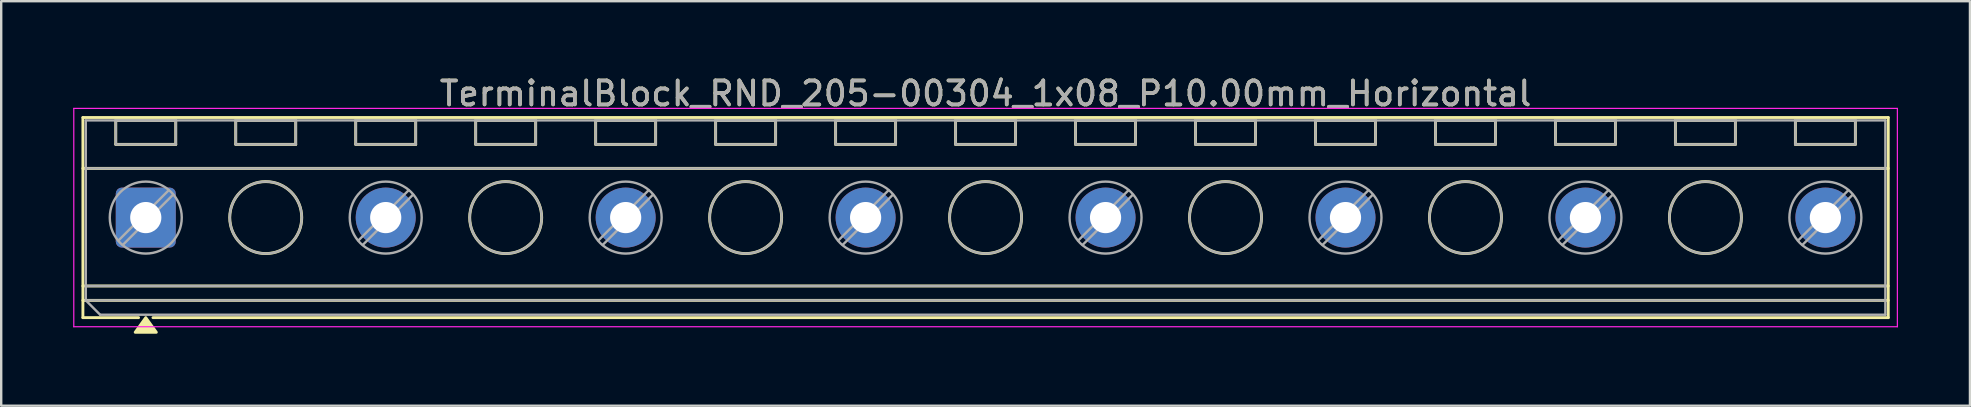
<source format=kicad_pcb>
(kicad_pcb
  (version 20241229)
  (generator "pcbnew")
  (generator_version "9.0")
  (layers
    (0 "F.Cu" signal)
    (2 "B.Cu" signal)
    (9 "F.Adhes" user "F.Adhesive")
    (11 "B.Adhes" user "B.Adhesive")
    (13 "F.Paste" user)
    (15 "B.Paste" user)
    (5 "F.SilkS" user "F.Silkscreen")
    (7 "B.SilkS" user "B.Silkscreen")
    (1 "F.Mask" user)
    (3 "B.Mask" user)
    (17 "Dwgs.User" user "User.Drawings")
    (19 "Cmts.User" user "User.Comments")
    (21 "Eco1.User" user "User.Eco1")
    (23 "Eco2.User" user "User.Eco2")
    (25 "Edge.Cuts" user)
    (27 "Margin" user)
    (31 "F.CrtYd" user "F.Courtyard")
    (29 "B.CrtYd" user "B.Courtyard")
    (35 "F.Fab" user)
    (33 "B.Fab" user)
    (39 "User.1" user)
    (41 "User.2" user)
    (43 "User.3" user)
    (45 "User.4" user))
  (footprint "TerminalBlock_RND_205-00304_1x08_P10.00mm_Horizontal"
    (layer "F.Cu")
    (at 3.025 6.018)
    (property "Reference" "TerminalBlock_RND_205-00304_1x08_P10.00mm_Horizontal" (at 35 -5.17 0) (layer "F.SilkS") (effects (font (size 1 1) (thickness 0.15))))
    (attr through_hole)
    (fp_line (start -2.62 -4.17) (end -2.62 4.17) (stroke (width 0.12) (type solid)) (layer "F.SilkS"))
    (fp_line (start -2.62 -4.17) (end 72.62 -4.17) (stroke (width 0.12) (type solid)) (layer "F.SilkS"))
    (fp_line (start -2.62 -2.05) (end 72.62 -2.05) (stroke (width 0.12) (type solid)) (layer "F.SilkS"))
    (fp_line (start -2.62 2.85) (end 72.62 2.85) (stroke (width 0.12) (type solid)) (layer "F.SilkS"))
    (fp_line (start -2.62 3.45) (end 72.62 3.45) (stroke (width 0.12) (type solid)) (layer "F.SilkS"))
    (fp_line (start -2.62 4.17) (end -0.3 4.17) (stroke (width 0.12) (type solid)) (layer "F.SilkS"))
    (fp_line (start -1.25 -4.05) (end -1.25 -3.05) (stroke (width 0.12) (type solid)) (layer "F.SilkS"))
    (fp_line (start -1.25 -4.05) (end 1.25 -4.05) (stroke (width 0.12) (type solid)) (layer "F.SilkS"))
    (fp_line (start -1.25 -3.05) (end 1.25 -3.05) (stroke (width 0.12) (type solid)) (layer "F.SilkS"))
    (fp_line (start 0.3 4.17) (end 72.62 4.17) (stroke (width 0.12) (type solid)) (layer "F.SilkS"))
    (fp_line (start 1.25 -4.05) (end 1.25 -3.05) (stroke (width 0.12) (type solid)) (layer "F.SilkS"))
    (fp_line (start 3.75 -4.05) (end 3.75 -3.05) (stroke (width 0.12) (type solid)) (layer "F.SilkS"))
    (fp_line (start 3.75 -4.05) (end 6.25 -4.05) (stroke (width 0.12) (type solid)) (layer "F.SilkS"))
    (fp_line (start 3.75 -3.05) (end 6.25 -3.05) (stroke (width 0.12) (type solid)) (layer "F.SilkS"))
    (fp_line (start 6.25 -4.05) (end 6.25 -3.05) (stroke (width 0.12) (type solid)) (layer "F.SilkS"))
    (fp_line (start 8.75 -4.05) (end 8.75 -3.05) (stroke (width 0.12) (type solid)) (layer "F.SilkS"))
    (fp_line (start 8.75 -4.05) (end 11.25 -4.05) (stroke (width 0.12) (type solid)) (layer "F.SilkS"))
    (fp_line (start 8.75 -3.05) (end 11.25 -3.05) (stroke (width 0.12) (type solid)) (layer "F.SilkS"))
    (fp_line (start 11.25 -4.05) (end 11.25 -3.05) (stroke (width 0.12) (type solid)) (layer "F.SilkS"))
    (fp_line (start 13.75 -4.05) (end 13.75 -3.05) (stroke (width 0.12) (type solid)) (layer "F.SilkS"))
    (fp_line (start 13.75 -4.05) (end 16.25 -4.05) (stroke (width 0.12) (type solid)) (layer "F.SilkS"))
    (fp_line (start 13.75 -3.05) (end 16.25 -3.05) (stroke (width 0.12) (type solid)) (layer "F.SilkS"))
    (fp_line (start 16.25 -4.05) (end 16.25 -3.05) (stroke (width 0.12) (type solid)) (layer "F.SilkS"))
    (fp_line (start 18.75 -4.05) (end 18.75 -3.05) (stroke (width 0.12) (type solid)) (layer "F.SilkS"))
    (fp_line (start 18.75 -4.05) (end 21.25 -4.05) (stroke (width 0.12) (type solid)) (layer "F.SilkS"))
    (fp_line (start 18.75 -3.05) (end 21.25 -3.05) (stroke (width 0.12) (type solid)) (layer "F.SilkS"))
    (fp_line (start 21.25 -4.05) (end 21.25 -3.05) (stroke (width 0.12) (type solid)) (layer "F.SilkS"))
    (fp_line (start 23.75 -4.05) (end 23.75 -3.05) (stroke (width 0.12) (type solid)) (layer "F.SilkS"))
    (fp_line (start 23.75 -4.05) (end 26.25 -4.05) (stroke (width 0.12) (type solid)) (layer "F.SilkS"))
    (fp_line (start 23.75 -3.05) (end 26.25 -3.05) (stroke (width 0.12) (type solid)) (layer "F.SilkS"))
    (fp_line (start 26.25 -4.05) (end 26.25 -3.05) (stroke (width 0.12) (type solid)) (layer "F.SilkS"))
    (fp_line (start 28.75 -4.05) (end 28.75 -3.05) (stroke (width 0.12) (type solid)) (layer "F.SilkS"))
    (fp_line (start 28.75 -4.05) (end 31.25 -4.05) (stroke (width 0.12) (type solid)) (layer "F.SilkS"))
    (fp_line (start 28.75 -3.05) (end 31.25 -3.05) (stroke (width 0.12) (type solid)) (layer "F.SilkS"))
    (fp_line (start 31.25 -4.05) (end 31.25 -3.05) (stroke (width 0.12) (type solid)) (layer "F.SilkS"))
    (fp_line (start 33.75 -4.05) (end 33.75 -3.05) (stroke (width 0.12) (type solid)) (layer "F.SilkS"))
    (fp_line (start 33.75 -4.05) (end 36.25 -4.05) (stroke (width 0.12) (type solid)) (layer "F.SilkS"))
    (fp_line (start 33.75 -3.05) (end 36.25 -3.05) (stroke (width 0.12) (type solid)) (layer "F.SilkS"))
    (fp_line (start 36.25 -4.05) (end 36.25 -3.05) (stroke (width 0.12) (type solid)) (layer "F.SilkS"))
    (fp_line (start 38.75 -4.05) (end 38.75 -3.05) (stroke (width 0.12) (type solid)) (layer "F.SilkS"))
    (fp_line (start 38.75 -4.05) (end 41.25 -4.05) (stroke (width 0.12) (type solid)) (layer "F.SilkS"))
    (fp_line (start 38.75 -3.05) (end 41.25 -3.05) (stroke (width 0.12) (type solid)) (layer "F.SilkS"))
    (fp_line (start 41.25 -4.05) (end 41.25 -3.05) (stroke (width 0.12) (type solid)) (layer "F.SilkS"))
    (fp_line (start 43.75 -4.05) (end 43.75 -3.05) (stroke (width 0.12) (type solid)) (layer "F.SilkS"))
    (fp_line (start 43.75 -4.05) (end 46.25 -4.05) (stroke (width 0.12) (type solid)) (layer "F.SilkS"))
    (fp_line (start 43.75 -3.05) (end 46.25 -3.05) (stroke (width 0.12) (type solid)) (layer "F.SilkS"))
    (fp_line (start 46.25 -4.05) (end 46.25 -3.05) (stroke (width 0.12) (type solid)) (layer "F.SilkS"))
    (fp_line (start 48.75 -4.05) (end 48.75 -3.05) (stroke (width 0.12) (type solid)) (layer "F.SilkS"))
    (fp_line (start 48.75 -4.05) (end 51.25 -4.05) (stroke (width 0.12) (type solid)) (layer "F.SilkS"))
    (fp_line (start 48.75 -3.05) (end 51.25 -3.05) (stroke (width 0.12) (type solid)) (layer "F.SilkS"))
    (fp_line (start 51.25 -4.05) (end 51.25 -3.05) (stroke (width 0.12) (type solid)) (layer "F.SilkS"))
    (fp_line (start 53.75 -4.05) (end 53.75 -3.05) (stroke (width 0.12) (type solid)) (layer "F.SilkS"))
    (fp_line (start 53.75 -4.05) (end 56.25 -4.05) (stroke (width 0.12) (type solid)) (layer "F.SilkS"))
    (fp_line (start 53.75 -3.05) (end 56.25 -3.05) (stroke (width 0.12) (type solid)) (layer "F.SilkS"))
    (fp_line (start 56.25 -4.05) (end 56.25 -3.05) (stroke (width 0.12) (type solid)) (layer "F.SilkS"))
    (fp_line (start 58.75 -4.05) (end 58.75 -3.05) (stroke (width 0.12) (type solid)) (layer "F.SilkS"))
    (fp_line (start 58.75 -4.05) (end 61.25 -4.05) (stroke (width 0.12) (type solid)) (layer "F.SilkS"))
    (fp_line (start 58.75 -3.05) (end 61.25 -3.05) (stroke (width 0.12) (type solid)) (layer "F.SilkS"))
    (fp_line (start 61.25 -4.05) (end 61.25 -3.05) (stroke (width 0.12) (type solid)) (layer "F.SilkS"))
    (fp_line (start 63.75 -4.05) (end 63.75 -3.05) (stroke (width 0.12) (type solid)) (layer "F.SilkS"))
    (fp_line (start 63.75 -4.05) (end 66.25 -4.05) (stroke (width 0.12) (type solid)) (layer "F.SilkS"))
    (fp_line (start 63.75 -3.05) (end 66.25 -3.05) (stroke (width 0.12) (type solid)) (layer "F.SilkS"))
    (fp_line (start 66.25 -4.05) (end 66.25 -3.05) (stroke (width 0.12) (type solid)) (layer "F.SilkS"))
    (fp_line (start 68.75 -4.05) (end 68.75 -3.05) (stroke (width 0.12) (type solid)) (layer "F.SilkS"))
    (fp_line (start 68.75 -4.05) (end 71.25 -4.05) (stroke (width 0.12) (type solid)) (layer "F.SilkS"))
    (fp_line (start 68.75 -3.05) (end 71.25 -3.05) (stroke (width 0.12) (type solid)) (layer "F.SilkS"))
    (fp_line (start 71.25 -4.05) (end 71.25 -3.05) (stroke (width 0.12) (type solid)) (layer "F.SilkS"))
    (fp_line (start 72.62 -4.17) (end 72.62 4.17) (stroke (width 0.12) (type solid)) (layer "F.SilkS"))
    (fp_circle (center 5 0) (end 6.5 0) (stroke (width 0.12) (type solid)) (fill no) (layer "F.SilkS"))
    (fp_circle (center 15 0) (end 16.5 0) (stroke (width 0.12) (type solid)) (fill no) (layer "F.SilkS"))
    (fp_circle (center 25 0) (end 26.5 0) (stroke (width 0.12) (type solid)) (fill no) (layer "F.SilkS"))
    (fp_circle (center 35 0) (end 36.5 0) (stroke (width 0.12) (type solid)) (fill no) (layer "F.SilkS"))
    (fp_circle (center 45 0) (end 46.5 0) (stroke (width 0.12) (type solid)) (fill no) (layer "F.SilkS"))
    (fp_circle (center 55 0) (end 56.5 0) (stroke (width 0.12) (type solid)) (fill no) (layer "F.SilkS"))
    (fp_circle (center 65 0) (end 66.5 0) (stroke (width 0.12) (type solid)) (fill no) (layer "F.SilkS"))
    (fp_poly (pts (xy 0 4.17) (xy 0.44 4.78) (xy -0.44 4.78)) (stroke (width 0.12) (type solid)) (fill yes) (layer "F.SilkS"))
    (fp_line (start -3 -4.55) (end -3 4.55) (stroke (width 0.05) (type solid)) (layer "F.CrtYd"))
    (fp_line (start -3 4.55) (end 73 4.55) (stroke (width 0.05) (type solid)) (layer "F.CrtYd"))
    (fp_line (start 73 -4.55) (end -3 -4.55) (stroke (width 0.05) (type solid)) (layer "F.CrtYd"))
    (fp_line (start 73 4.55) (end 73 -4.55) (stroke (width 0.05) (type solid)) (layer "F.CrtYd"))
    (fp_line (start -2.5 -4.05) (end 72.5 -4.05) (stroke (width 0.1) (type solid)) (layer "F.Fab"))
    (fp_line (start -2.5 -2.05) (end 72.5 -2.05) (stroke (width 0.1) (type solid)) (layer "F.Fab"))
    (fp_line (start -2.5 2.85) (end 72.5 2.85) (stroke (width 0.1) (type solid)) (layer "F.Fab"))
    (fp_line (start -2.5 3.45) (end -2.5 -4.05) (stroke (width 0.1) (type solid)) (layer "F.Fab"))
    (fp_line (start -2.5 3.45) (end 72.5 3.45) (stroke (width 0.1) (type solid)) (layer "F.Fab"))
    (fp_line (start -1.9 4.05) (end -2.5 3.45) (stroke (width 0.1) (type solid)) (layer "F.Fab"))
    (fp_line (start -1.25 -4.05) (end -1.25 -3.05) (stroke (width 0.1) (type solid)) (layer "F.Fab"))
    (fp_line (start -1.25 -3.05) (end 1.25 -3.05) (stroke (width 0.1) (type solid)) (layer "F.Fab"))
    (fp_line (start 0.955 -1.138) (end -1.138 0.954) (stroke (width 0.1) (type solid)) (layer "F.Fab"))
    (fp_line (start 1.138 -0.954) (end -0.955 1.137) (stroke (width 0.1) (type solid)) (layer "F.Fab"))
    (fp_line (start 1.25 -4.05) (end -1.25 -4.05) (stroke (width 0.1) (type solid)) (layer "F.Fab"))
    (fp_line (start 1.25 -3.05) (end 1.25 -4.05) (stroke (width 0.1) (type solid)) (layer "F.Fab"))
    (fp_line (start 3.75 -4.05) (end 3.75 -3.05) (stroke (width 0.1) (type solid)) (layer "F.Fab"))
    (fp_line (start 3.75 -3.05) (end 6.25 -3.05) (stroke (width 0.1) (type solid)) (layer "F.Fab"))
    (fp_line (start 6.25 -4.05) (end 3.75 -4.05) (stroke (width 0.1) (type solid)) (layer "F.Fab"))
    (fp_line (start 6.25 -3.05) (end 6.25 -4.05) (stroke (width 0.1) (type solid)) (layer "F.Fab"))
    (fp_line (start 8.75 -4.05) (end 8.75 -3.05) (stroke (width 0.1) (type solid)) (layer "F.Fab"))
    (fp_line (start 8.75 -3.05) (end 11.25 -3.05) (stroke (width 0.1) (type solid)) (layer "F.Fab"))
    (fp_line (start 10.955 -1.138) (end 8.862 0.954) (stroke (width 0.1) (type solid)) (layer "F.Fab"))
    (fp_line (start 11.138 -0.954) (end 9.045 1.137) (stroke (width 0.1) (type solid)) (layer "F.Fab"))
    (fp_line (start 11.25 -4.05) (end 8.75 -4.05) (stroke (width 0.1) (type solid)) (layer "F.Fab"))
    (fp_line (start 11.25 -3.05) (end 11.25 -4.05) (stroke (width 0.1) (type solid)) (layer "F.Fab"))
    (fp_line (start 13.75 -4.05) (end 13.75 -3.05) (stroke (width 0.1) (type solid)) (layer "F.Fab"))
    (fp_line (start 13.75 -3.05) (end 16.25 -3.05) (stroke (width 0.1) (type solid)) (layer "F.Fab"))
    (fp_line (start 16.25 -4.05) (end 13.75 -4.05) (stroke (width 0.1) (type solid)) (layer "F.Fab"))
    (fp_line (start 16.25 -3.05) (end 16.25 -4.05) (stroke (width 0.1) (type solid)) (layer "F.Fab"))
    (fp_line (start 18.75 -4.05) (end 18.75 -3.05) (stroke (width 0.1) (type solid)) (layer "F.Fab"))
    (fp_line (start 18.75 -3.05) (end 21.25 -3.05) (stroke (width 0.1) (type solid)) (layer "F.Fab"))
    (fp_line (start 20.955 -1.138) (end 18.862 0.954) (stroke (width 0.1) (type solid)) (layer "F.Fab"))
    (fp_line (start 21.138 -0.954) (end 19.045 1.137) (stroke (width 0.1) (type solid)) (layer "F.Fab"))
    (fp_line (start 21.25 -4.05) (end 18.75 -4.05) (stroke (width 0.1) (type solid)) (layer "F.Fab"))
    (fp_line (start 21.25 -3.05) (end 21.25 -4.05) (stroke (width 0.1) (type solid)) (layer "F.Fab"))
    (fp_line (start 23.75 -4.05) (end 23.75 -3.05) (stroke (width 0.1) (type solid)) (layer "F.Fab"))
    (fp_line (start 23.75 -3.05) (end 26.25 -3.05) (stroke (width 0.1) (type solid)) (layer "F.Fab"))
    (fp_line (start 26.25 -4.05) (end 23.75 -4.05) (stroke (width 0.1) (type solid)) (layer "F.Fab"))
    (fp_line (start 26.25 -3.05) (end 26.25 -4.05) (stroke (width 0.1) (type solid)) (layer "F.Fab"))
    (fp_line (start 28.75 -4.05) (end 28.75 -3.05) (stroke (width 0.1) (type solid)) (layer "F.Fab"))
    (fp_line (start 28.75 -3.05) (end 31.25 -3.05) (stroke (width 0.1) (type solid)) (layer "F.Fab"))
    (fp_line (start 30.955 -1.138) (end 28.862 0.954) (stroke (width 0.1) (type solid)) (layer "F.Fab"))
    (fp_line (start 31.138 -0.954) (end 29.045 1.137) (stroke (width 0.1) (type solid)) (layer "F.Fab"))
    (fp_line (start 31.25 -4.05) (end 28.75 -4.05) (stroke (width 0.1) (type solid)) (layer "F.Fab"))
    (fp_line (start 31.25 -3.05) (end 31.25 -4.05) (stroke (width 0.1) (type solid)) (layer "F.Fab"))
    (fp_line (start 33.75 -4.05) (end 33.75 -3.05) (stroke (width 0.1) (type solid)) (layer "F.Fab"))
    (fp_line (start 33.75 -3.05) (end 36.25 -3.05) (stroke (width 0.1) (type solid)) (layer "F.Fab"))
    (fp_line (start 36.25 -4.05) (end 33.75 -4.05) (stroke (width 0.1) (type solid)) (layer "F.Fab"))
    (fp_line (start 36.25 -3.05) (end 36.25 -4.05) (stroke (width 0.1) (type solid)) (layer "F.Fab"))
    (fp_line (start 38.75 -4.05) (end 38.75 -3.05) (stroke (width 0.1) (type solid)) (layer "F.Fab"))
    (fp_line (start 38.75 -3.05) (end 41.25 -3.05) (stroke (width 0.1) (type solid)) (layer "F.Fab"))
    (fp_line (start 40.955 -1.138) (end 38.862 0.954) (stroke (width 0.1) (type solid)) (layer "F.Fab"))
    (fp_line (start 41.138 -0.954) (end 39.045 1.137) (stroke (width 0.1) (type solid)) (layer "F.Fab"))
    (fp_line (start 41.25 -4.05) (end 38.75 -4.05) (stroke (width 0.1) (type solid)) (layer "F.Fab"))
    (fp_line (start 41.25 -3.05) (end 41.25 -4.05) (stroke (width 0.1) (type solid)) (layer "F.Fab"))
    (fp_line (start 43.75 -4.05) (end 43.75 -3.05) (stroke (width 0.1) (type solid)) (layer "F.Fab"))
    (fp_line (start 43.75 -3.05) (end 46.25 -3.05) (stroke (width 0.1) (type solid)) (layer "F.Fab"))
    (fp_line (start 46.25 -4.05) (end 43.75 -4.05) (stroke (width 0.1) (type solid)) (layer "F.Fab"))
    (fp_line (start 46.25 -3.05) (end 46.25 -4.05) (stroke (width 0.1) (type solid)) (layer "F.Fab"))
    (fp_line (start 48.75 -4.05) (end 48.75 -3.05) (stroke (width 0.1) (type solid)) (layer "F.Fab"))
    (fp_line (start 48.75 -3.05) (end 51.25 -3.05) (stroke (width 0.1) (type solid)) (layer "F.Fab"))
    (fp_line (start 50.955 -1.138) (end 48.862 0.954) (stroke (width 0.1) (type solid)) (layer "F.Fab"))
    (fp_line (start 51.138 -0.954) (end 49.045 1.137) (stroke (width 0.1) (type solid)) (layer "F.Fab"))
    (fp_line (start 51.25 -4.05) (end 48.75 -4.05) (stroke (width 0.1) (type solid)) (layer "F.Fab"))
    (fp_line (start 51.25 -3.05) (end 51.25 -4.05) (stroke (width 0.1) (type solid)) (layer "F.Fab"))
    (fp_line (start 53.75 -4.05) (end 53.75 -3.05) (stroke (width 0.1) (type solid)) (layer "F.Fab"))
    (fp_line (start 53.75 -3.05) (end 56.25 -3.05) (stroke (width 0.1) (type solid)) (layer "F.Fab"))
    (fp_line (start 56.25 -4.05) (end 53.75 -4.05) (stroke (width 0.1) (type solid)) (layer "F.Fab"))
    (fp_line (start 56.25 -3.05) (end 56.25 -4.05) (stroke (width 0.1) (type solid)) (layer "F.Fab"))
    (fp_line (start 58.75 -4.05) (end 58.75 -3.05) (stroke (width 0.1) (type solid)) (layer "F.Fab"))
    (fp_line (start 58.75 -3.05) (end 61.25 -3.05) (stroke (width 0.1) (type solid)) (layer "F.Fab"))
    (fp_line (start 60.955 -1.138) (end 58.862 0.954) (stroke (width 0.1) (type solid)) (layer "F.Fab"))
    (fp_line (start 61.138 -0.954) (end 59.045 1.137) (stroke (width 0.1) (type solid)) (layer "F.Fab"))
    (fp_line (start 61.25 -4.05) (end 58.75 -4.05) (stroke (width 0.1) (type solid)) (layer "F.Fab"))
    (fp_line (start 61.25 -3.05) (end 61.25 -4.05) (stroke (width 0.1) (type solid)) (layer "F.Fab"))
    (fp_line (start 63.75 -4.05) (end 63.75 -3.05) (stroke (width 0.1) (type solid)) (layer "F.Fab"))
    (fp_line (start 63.75 -3.05) (end 66.25 -3.05) (stroke (width 0.1) (type solid)) (layer "F.Fab"))
    (fp_line (start 66.25 -4.05) (end 63.75 -4.05) (stroke (width 0.1) (type solid)) (layer "F.Fab"))
    (fp_line (start 66.25 -3.05) (end 66.25 -4.05) (stroke (width 0.1) (type solid)) (layer "F.Fab"))
    (fp_line (start 68.75 -4.05) (end 68.75 -3.05) (stroke (width 0.1) (type solid)) (layer "F.Fab"))
    (fp_line (start 68.75 -3.05) (end 71.25 -3.05) (stroke (width 0.1) (type solid)) (layer "F.Fab"))
    (fp_line (start 70.955 -1.138) (end 68.862 0.954) (stroke (width 0.1) (type solid)) (layer "F.Fab"))
    (fp_line (start 71.138 -0.954) (end 69.045 1.137) (stroke (width 0.1) (type solid)) (layer "F.Fab"))
    (fp_line (start 71.25 -4.05) (end 68.75 -4.05) (stroke (width 0.1) (type solid)) (layer "F.Fab"))
    (fp_line (start 71.25 -3.05) (end 71.25 -4.05) (stroke (width 0.1) (type solid)) (layer "F.Fab"))
    (fp_line (start 72.5 -4.05) (end 72.5 4.05) (stroke (width 0.1) (type solid)) (layer "F.Fab"))
    (fp_line (start 72.5 4.05) (end -1.9 4.05) (stroke (width 0.1) (type solid)) (layer "F.Fab"))
    (fp_circle (center 0 0) (end 1.5 0) (stroke (width 0.1) (type solid)) (fill no) (layer "F.Fab"))
    (fp_circle (center 5 0) (end 6.5 0) (stroke (width 0.1) (type solid)) (fill no) (layer "F.Fab"))
    (fp_circle (center 10 0) (end 11.5 0) (stroke (width 0.1) (type solid)) (fill no) (layer "F.Fab"))
    (fp_circle (center 15 0) (end 16.5 0) (stroke (width 0.1) (type solid)) (fill no) (layer "F.Fab"))
    (fp_circle (center 20 0) (end 21.5 0) (stroke (width 0.1) (type solid)) (fill no) (layer "F.Fab"))
    (fp_circle (center 25 0) (end 26.5 0) (stroke (width 0.1) (type solid)) (fill no) (layer "F.Fab"))
    (fp_circle (center 30 0) (end 31.5 0) (stroke (width 0.1) (type solid)) (fill no) (layer "F.Fab"))
    (fp_circle (center 35 0) (end 36.5 0) (stroke (width 0.1) (type solid)) (fill no) (layer "F.Fab"))
    (fp_circle (center 40 0) (end 41.5 0) (stroke (width 0.1) (type solid)) (fill no) (layer "F.Fab"))
    (fp_circle (center 45 0) (end 46.5 0) (stroke (width 0.1) (type solid)) (fill no) (layer "F.Fab"))
    (fp_circle (center 50 0) (end 51.5 0) (stroke (width 0.1) (type solid)) (fill no) (layer "F.Fab"))
    (fp_circle (center 55 0) (end 56.5 0) (stroke (width 0.1) (type solid)) (fill no) (layer "F.Fab"))
    (fp_circle (center 60 0) (end 61.5 0) (stroke (width 0.1) (type solid)) (fill no) (layer "F.Fab"))
    (fp_circle (center 65 0) (end 66.5 0) (stroke (width 0.1) (type solid)) (fill no) (layer "F.Fab"))
    (fp_circle (center 70 0) (end 71.5 0) (stroke (width 0.1) (type solid)) (fill no) (layer "F.Fab"))
    (fp_text user "${REFERENCE}" (at 35 -5.17 0) (layer "F.Fab") (effects (font (size 1 1) (thickness 0.15))))
    (pad "1" thru_hole roundrect (at 0 0) (size 2.5 2.5) (drill 1.3) (layers "*.Cu" "*.Mask") (roundrect_rratio 0.1))
    (pad "2" thru_hole circle (at 10 0) (size 2.5 2.5) (drill 1.3) (layers "*.Cu" "*.Mask"))
    (pad "3" thru_hole circle (at 20 0) (size 2.5 2.5) (drill 1.3) (layers "*.Cu" "*.Mask"))
    (pad "4" thru_hole circle (at 30 0) (size 2.5 2.5) (drill 1.3) (layers "*.Cu" "*.Mask"))
    (pad "5" thru_hole circle (at 40 0) (size 2.5 2.5) (drill 1.3) (layers "*.Cu" "*.Mask"))
    (pad "6" thru_hole circle (at 50 0) (size 2.5 2.5) (drill 1.3) (layers "*.Cu" "*.Mask"))
    (pad "7" thru_hole circle (at 60 0) (size 2.5 2.5) (drill 1.3) (layers "*.Cu" "*.Mask"))
    (pad "8" thru_hole circle (at 70 0) (size 2.5 2.5) (drill 1.3) (layers "*.Cu" "*.Mask")))
  (gr_rect
    (start -3 -3)
    (end 79.05 13.858)
    (stroke (width 0.1) (type default))
    (fill no)
    (layer "Edge.Cuts")))
</source>
